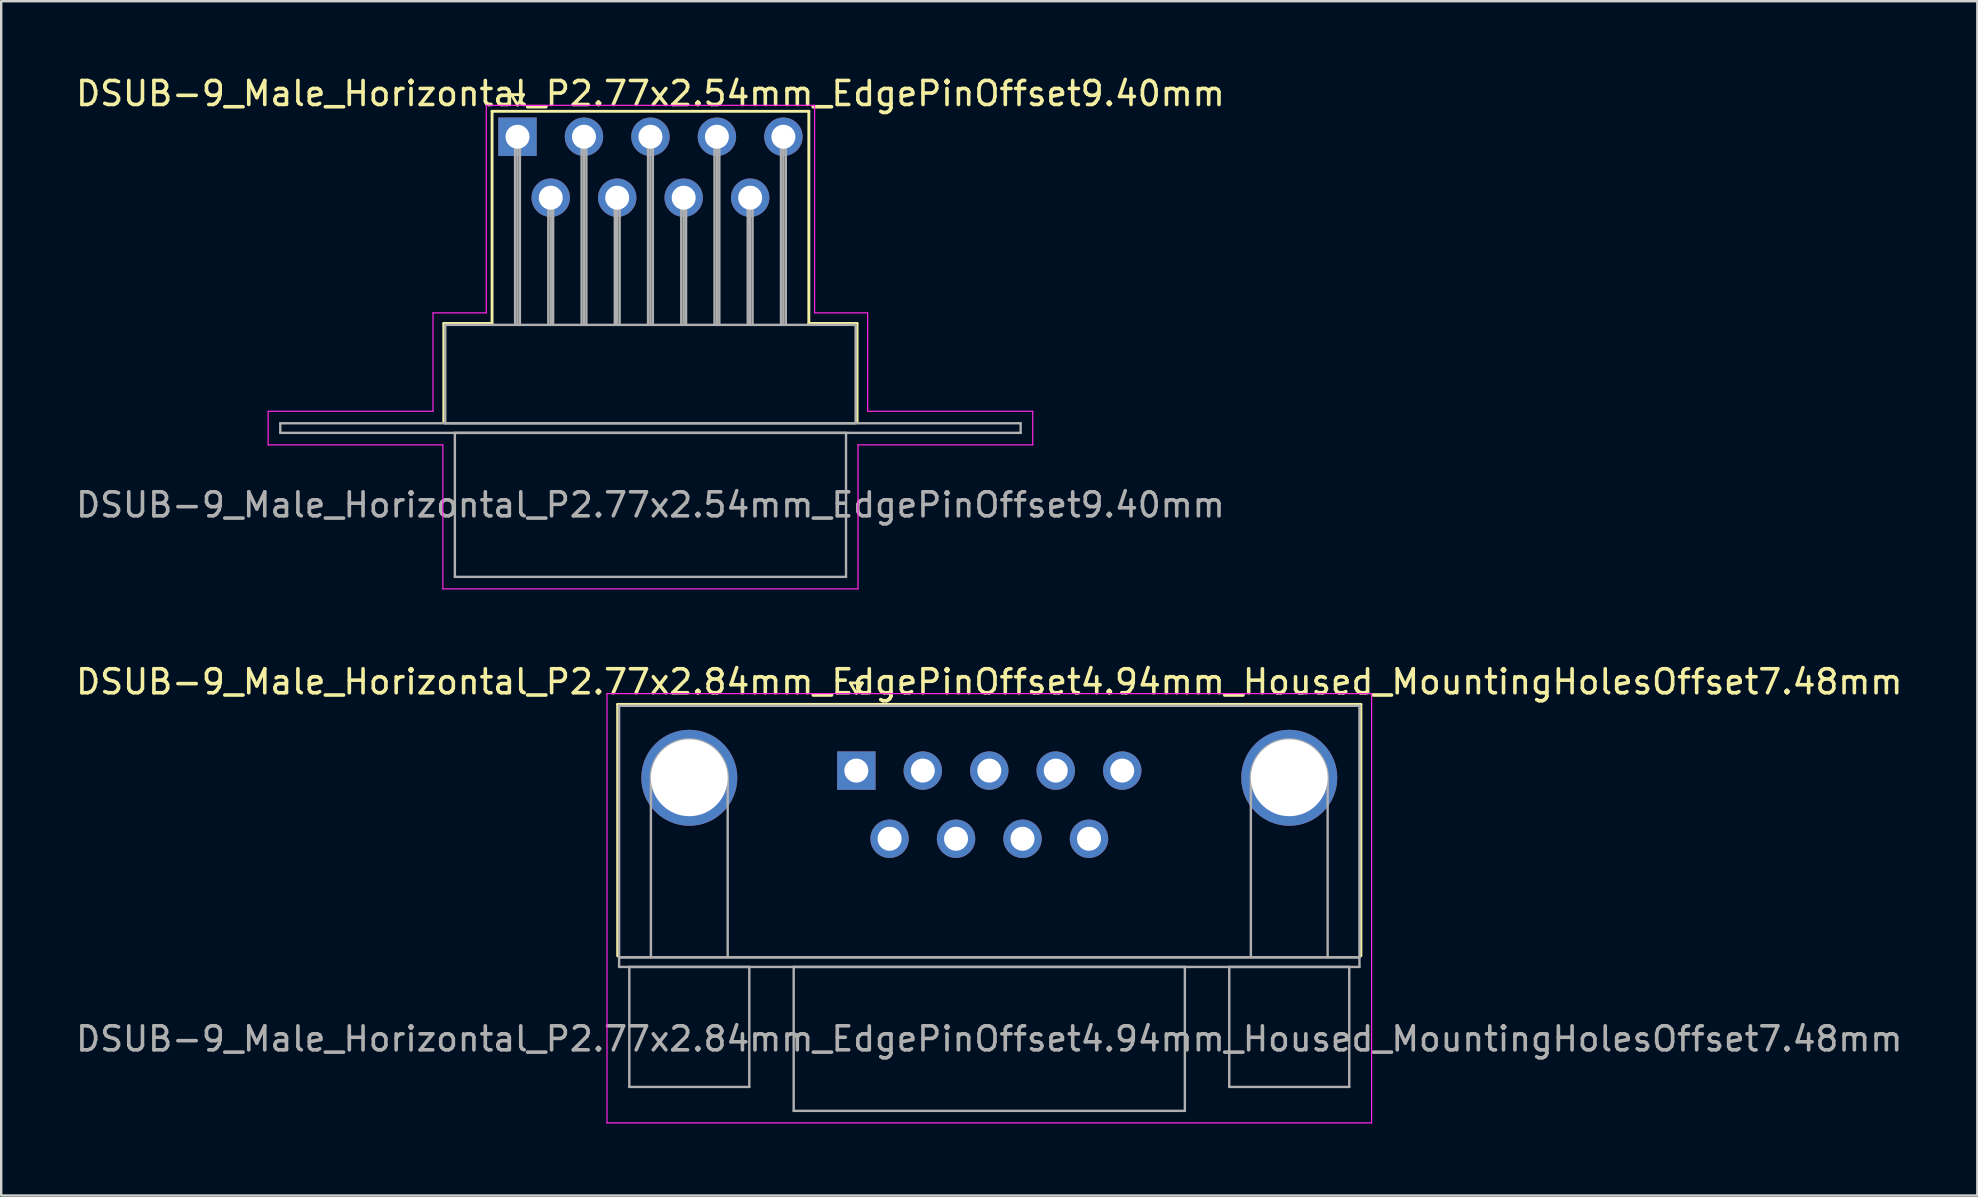
<source format=kicad_pcb>
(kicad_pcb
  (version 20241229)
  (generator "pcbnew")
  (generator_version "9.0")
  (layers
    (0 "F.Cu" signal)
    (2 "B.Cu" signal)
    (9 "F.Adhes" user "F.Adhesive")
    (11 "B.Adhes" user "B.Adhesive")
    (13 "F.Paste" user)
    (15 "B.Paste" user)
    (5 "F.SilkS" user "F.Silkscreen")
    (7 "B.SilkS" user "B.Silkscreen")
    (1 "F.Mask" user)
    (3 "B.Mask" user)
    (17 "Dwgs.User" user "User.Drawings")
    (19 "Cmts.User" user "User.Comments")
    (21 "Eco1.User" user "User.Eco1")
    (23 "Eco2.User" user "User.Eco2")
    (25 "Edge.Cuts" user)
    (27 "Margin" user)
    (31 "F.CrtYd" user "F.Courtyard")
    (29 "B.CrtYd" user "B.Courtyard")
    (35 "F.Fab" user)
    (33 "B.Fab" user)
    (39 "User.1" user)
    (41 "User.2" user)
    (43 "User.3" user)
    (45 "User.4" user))
  (footprint "DSUB-9_Male_Horizontal_P2.77x2.54mm_EdgePinOffset9.40mm"
    (layer "F.Cu")
    (at 18.514 2.648)
    (property "Reference" "DSUB-9_Male_Horizontal_P2.77x2.54mm_EdgePinOffset9.40mm" (at 5.54 -1.8 0) (layer "F.SilkS") (effects (font (size 1 1) (thickness 0.15))))
    (attr through_hole)
    (fp_line (start -3.07 7.78) (end -1.06 7.78) (stroke (width 0.12) (type solid)) (layer "F.SilkS"))
    (fp_line (start -3.07 11.88) (end -3.07 7.78) (stroke (width 0.12) (type solid)) (layer "F.SilkS"))
    (fp_line (start -1.06 -1.06) (end 12.14 -1.06) (stroke (width 0.12) (type solid)) (layer "F.SilkS"))
    (fp_line (start -1.06 7.78) (end -1.06 -1.06) (stroke (width 0.12) (type solid)) (layer "F.SilkS"))
    (fp_line (start -0.25 -1.754) (end 0.25 -1.754) (stroke (width 0.12) (type solid)) (layer "F.SilkS"))
    (fp_line (start 0 -1.321) (end -0.25 -1.754) (stroke (width 0.12) (type solid)) (layer "F.SilkS"))
    (fp_line (start 0.25 -1.754) (end 0 -1.321) (stroke (width 0.12) (type solid)) (layer "F.SilkS"))
    (fp_line (start 12.14 -1.06) (end 12.14 7.78) (stroke (width 0.12) (type solid)) (layer "F.SilkS"))
    (fp_line (start 12.14 7.78) (end 14.15 7.78) (stroke (width 0.12) (type solid)) (layer "F.SilkS"))
    (fp_line (start 14.15 7.78) (end 14.15 11.88) (stroke (width 0.12) (type solid)) (layer "F.SilkS"))
    (fp_line (start -10.39 11.44) (end -3.52 11.44) (stroke (width 0.05) (type solid)) (layer "F.CrtYd"))
    (fp_line (start -10.39 12.84) (end -10.39 11.44) (stroke (width 0.05) (type solid)) (layer "F.CrtYd"))
    (fp_line (start -3.52 7.34) (end -1.3 7.34) (stroke (width 0.05) (type solid)) (layer "F.CrtYd"))
    (fp_line (start -3.52 11.44) (end -3.52 7.34) (stroke (width 0.05) (type solid)) (layer "F.CrtYd"))
    (fp_line (start -3.11 12.84) (end -10.39 12.84) (stroke (width 0.05) (type solid)) (layer "F.CrtYd"))
    (fp_line (start -3.11 18.84) (end -3.11 12.84) (stroke (width 0.05) (type solid)) (layer "F.CrtYd"))
    (fp_line (start -1.3 -1.31) (end 12.38 -1.31) (stroke (width 0.05) (type solid)) (layer "F.CrtYd"))
    (fp_line (start -1.3 7.34) (end -1.3 -1.31) (stroke (width 0.05) (type solid)) (layer "F.CrtYd"))
    (fp_line (start 12.38 -1.31) (end 12.38 7.34) (stroke (width 0.05) (type solid)) (layer "F.CrtYd"))
    (fp_line (start 12.38 7.34) (end 14.59 7.34) (stroke (width 0.05) (type solid)) (layer "F.CrtYd"))
    (fp_line (start 14.19 12.84) (end 14.19 18.84) (stroke (width 0.05) (type solid)) (layer "F.CrtYd"))
    (fp_line (start 14.19 18.84) (end -3.11 18.84) (stroke (width 0.05) (type solid)) (layer "F.CrtYd"))
    (fp_line (start 14.59 7.34) (end 14.59 11.44) (stroke (width 0.05) (type solid)) (layer "F.CrtYd"))
    (fp_line (start 14.59 11.44) (end 21.47 11.44) (stroke (width 0.05) (type solid)) (layer "F.CrtYd"))
    (fp_line (start 21.47 11.44) (end 21.47 12.84) (stroke (width 0.05) (type solid)) (layer "F.CrtYd"))
    (fp_line (start 21.47 12.84) (end 14.19 12.84) (stroke (width 0.05) (type solid)) (layer "F.CrtYd"))
    (fp_line (start -9.885 11.94) (end -9.885 12.34) (stroke (width 0.1) (type solid)) (layer "F.Fab"))
    (fp_line (start -9.885 12.34) (end 20.965 12.34) (stroke (width 0.1) (type solid)) (layer "F.Fab"))
    (fp_line (start -3.01 7.84) (end -3.01 11.94) (stroke (width 0.1) (type solid)) (layer "F.Fab"))
    (fp_line (start -3.01 11.94) (end 14.09 11.94) (stroke (width 0.1) (type solid)) (layer "F.Fab"))
    (fp_line (start -2.61 12.34) (end -2.61 18.34) (stroke (width 0.1) (type solid)) (layer "F.Fab"))
    (fp_line (start -2.61 18.34) (end 13.69 18.34) (stroke (width 0.1) (type solid)) (layer "F.Fab"))
    (fp_line (start -0.1 0) (end -0.1 7.84) (stroke (width 0.1) (type solid)) (layer "F.Fab"))
    (fp_line (start 0 0) (end 0 7.84) (stroke (width 0.1) (type solid)) (layer "F.Fab"))
    (fp_line (start 0.1 0) (end 0.1 7.84) (stroke (width 0.1) (type solid)) (layer "F.Fab"))
    (fp_line (start 1.285 2.54) (end 1.285 7.84) (stroke (width 0.1) (type solid)) (layer "F.Fab"))
    (fp_line (start 1.385 2.54) (end 1.385 7.84) (stroke (width 0.1) (type solid)) (layer "F.Fab"))
    (fp_line (start 1.485 2.54) (end 1.485 7.84) (stroke (width 0.1) (type solid)) (layer "F.Fab"))
    (fp_line (start 2.67 0) (end 2.67 7.84) (stroke (width 0.1) (type solid)) (layer "F.Fab"))
    (fp_line (start 2.77 0) (end 2.77 7.84) (stroke (width 0.1) (type solid)) (layer "F.Fab"))
    (fp_line (start 2.87 0) (end 2.87 7.84) (stroke (width 0.1) (type solid)) (layer "F.Fab"))
    (fp_line (start 4.055 2.54) (end 4.055 7.84) (stroke (width 0.1) (type solid)) (layer "F.Fab"))
    (fp_line (start 4.155 2.54) (end 4.155 7.84) (stroke (width 0.1) (type solid)) (layer "F.Fab"))
    (fp_line (start 4.255 2.54) (end 4.255 7.84) (stroke (width 0.1) (type solid)) (layer "F.Fab"))
    (fp_line (start 5.44 0) (end 5.44 7.84) (stroke (width 0.1) (type solid)) (layer "F.Fab"))
    (fp_line (start 5.54 0) (end 5.54 7.84) (stroke (width 0.1) (type solid)) (layer "F.Fab"))
    (fp_line (start 5.64 0) (end 5.64 7.84) (stroke (width 0.1) (type solid)) (layer "F.Fab"))
    (fp_line (start 6.825 2.54) (end 6.825 7.84) (stroke (width 0.1) (type solid)) (layer "F.Fab"))
    (fp_line (start 6.925 2.54) (end 6.925 7.84) (stroke (width 0.1) (type solid)) (layer "F.Fab"))
    (fp_line (start 7.025 2.54) (end 7.025 7.84) (stroke (width 0.1) (type solid)) (layer "F.Fab"))
    (fp_line (start 8.21 0) (end 8.21 7.84) (stroke (width 0.1) (type solid)) (layer "F.Fab"))
    (fp_line (start 8.31 0) (end 8.31 7.84) (stroke (width 0.1) (type solid)) (layer "F.Fab"))
    (fp_line (start 8.41 0) (end 8.41 7.84) (stroke (width 0.1) (type solid)) (layer "F.Fab"))
    (fp_line (start 9.595 2.54) (end 9.595 7.84) (stroke (width 0.1) (type solid)) (layer "F.Fab"))
    (fp_line (start 9.695 2.54) (end 9.695 7.84) (stroke (width 0.1) (type solid)) (layer "F.Fab"))
    (fp_line (start 9.795 2.54) (end 9.795 7.84) (stroke (width 0.1) (type solid)) (layer "F.Fab"))
    (fp_line (start 10.98 0) (end 10.98 7.84) (stroke (width 0.1) (type solid)) (layer "F.Fab"))
    (fp_line (start 11.08 0) (end 11.08 7.84) (stroke (width 0.1) (type solid)) (layer "F.Fab"))
    (fp_line (start 11.18 0) (end 11.18 7.84) (stroke (width 0.1) (type solid)) (layer "F.Fab"))
    (fp_line (start 13.69 12.34) (end -2.61 12.34) (stroke (width 0.1) (type solid)) (layer "F.Fab"))
    (fp_line (start 13.69 18.34) (end 13.69 12.34) (stroke (width 0.1) (type solid)) (layer "F.Fab"))
    (fp_line (start 14.09 7.84) (end -3.01 7.84) (stroke (width 0.1) (type solid)) (layer "F.Fab"))
    (fp_line (start 14.09 11.94) (end 14.09 7.84) (stroke (width 0.1) (type solid)) (layer "F.Fab"))
    (fp_line (start 20.965 11.94) (end -9.885 11.94) (stroke (width 0.1) (type solid)) (layer "F.Fab"))
    (fp_line (start 20.965 12.34) (end 20.965 11.94) (stroke (width 0.1) (type solid)) (layer "F.Fab"))
    (fp_text user "${REFERENCE}" (at 5.54 15.34 0) (layer "F.Fab") (effects (font (size 1 1) (thickness 0.15))))
    (pad "1" thru_hole rect (at 0 0) (size 1.6 1.6) (drill 1) (layers "*.Cu" "*.Mask"))
    (pad "2" thru_hole circle (at 2.77 0) (size 1.6 1.6) (drill 1) (layers "*.Cu" "*.Mask"))
    (pad "3" thru_hole circle (at 5.54 0) (size 1.6 1.6) (drill 1) (layers "*.Cu" "*.Mask"))
    (pad "4" thru_hole circle (at 8.31 0) (size 1.6 1.6) (drill 1) (layers "*.Cu" "*.Mask"))
    (pad "5" thru_hole circle (at 11.08 0) (size 1.6 1.6) (drill 1) (layers "*.Cu" "*.Mask"))
    (pad "6" thru_hole circle (at 1.385 2.54) (size 1.6 1.6) (drill 1) (layers "*.Cu" "*.Mask"))
    (pad "7" thru_hole circle (at 4.155 2.54) (size 1.6 1.6) (drill 1) (layers "*.Cu" "*.Mask"))
    (pad "8" thru_hole circle (at 6.925 2.54) (size 1.6 1.6) (drill 1) (layers "*.Cu" "*.Mask"))
    (pad "9" thru_hole circle (at 9.695 2.54) (size 1.6 1.6) (drill 1) (layers "*.Cu" "*.Mask")))
  (footprint "DSUB-9_Male_Horizontal_P2.77x2.84mm_EdgePinOffset4.94mm_Housed_MountingHolesOffset7.48mm"
    (layer "F.Cu")
    (at 32.633 29.061)
    (property "Reference" "DSUB-9_Male_Horizontal_P2.77x2.84mm_EdgePinOffset4.94mm_Housed_MountingHolesOffset7.48mm" (at 5.54 -3.7 0) (layer "F.SilkS") (effects (font (size 1 1) (thickness 0.15))))
    (attr through_hole)
    (fp_line (start -9.945 -2.76) (end 21.025 -2.76) (stroke (width 0.12) (type solid)) (layer "F.SilkS"))
    (fp_line (start -9.945 7.72) (end -9.945 -2.76) (stroke (width 0.12) (type solid)) (layer "F.SilkS"))
    (fp_line (start -0.25 -3.654) (end 0.25 -3.654) (stroke (width 0.12) (type solid)) (layer "F.SilkS"))
    (fp_line (start 0 -3.221) (end -0.25 -3.654) (stroke (width 0.12) (type solid)) (layer "F.SilkS"))
    (fp_line (start 0.25 -3.654) (end 0 -3.221) (stroke (width 0.12) (type solid)) (layer "F.SilkS"))
    (fp_line (start 21.025 -2.76) (end 21.025 7.72) (stroke (width 0.12) (type solid)) (layer "F.SilkS"))
    (fp_line (start -10.39 -3.21) (end -10.39 14.68) (stroke (width 0.05) (type solid)) (layer "F.CrtYd"))
    (fp_line (start -10.39 14.68) (end 21.47 14.68) (stroke (width 0.05) (type solid)) (layer "F.CrtYd"))
    (fp_line (start 21.47 -3.21) (end -10.39 -3.21) (stroke (width 0.05) (type solid)) (layer "F.CrtYd"))
    (fp_line (start 21.47 14.68) (end 21.47 -3.21) (stroke (width 0.05) (type solid)) (layer "F.CrtYd"))
    (fp_line (start -9.885 -2.7) (end -9.885 7.78) (stroke (width 0.1) (type solid)) (layer "F.Fab"))
    (fp_line (start -9.885 7.78) (end -9.885 8.18) (stroke (width 0.1) (type solid)) (layer "F.Fab"))
    (fp_line (start -9.885 7.78) (end 20.965 7.78) (stroke (width 0.1) (type solid)) (layer "F.Fab"))
    (fp_line (start -9.885 8.18) (end 20.965 8.18) (stroke (width 0.1) (type solid)) (layer "F.Fab"))
    (fp_line (start -9.46 8.18) (end -9.46 13.18) (stroke (width 0.1) (type solid)) (layer "F.Fab"))
    (fp_line (start -9.46 13.18) (end -4.46 13.18) (stroke (width 0.1) (type solid)) (layer "F.Fab"))
    (fp_line (start -8.56 7.78) (end -8.56 0.3) (stroke (width 0.1) (type solid)) (layer "F.Fab"))
    (fp_line (start -5.36 7.78) (end -5.36 0.3) (stroke (width 0.1) (type solid)) (layer "F.Fab"))
    (fp_line (start -4.46 8.18) (end -9.46 8.18) (stroke (width 0.1) (type solid)) (layer "F.Fab"))
    (fp_line (start -4.46 13.18) (end -4.46 8.18) (stroke (width 0.1) (type solid)) (layer "F.Fab"))
    (fp_line (start -2.61 8.18) (end -2.61 14.18) (stroke (width 0.1) (type solid)) (layer "F.Fab"))
    (fp_line (start -2.61 14.18) (end 13.69 14.18) (stroke (width 0.1) (type solid)) (layer "F.Fab"))
    (fp_line (start 13.69 8.18) (end -2.61 8.18) (stroke (width 0.1) (type solid)) (layer "F.Fab"))
    (fp_line (start 13.69 14.18) (end 13.69 8.18) (stroke (width 0.1) (type solid)) (layer "F.Fab"))
    (fp_line (start 15.54 8.18) (end 15.54 13.18) (stroke (width 0.1) (type solid)) (layer "F.Fab"))
    (fp_line (start 15.54 13.18) (end 20.54 13.18) (stroke (width 0.1) (type solid)) (layer "F.Fab"))
    (fp_line (start 16.44 7.78) (end 16.44 0.3) (stroke (width 0.1) (type solid)) (layer "F.Fab"))
    (fp_line (start 19.64 7.78) (end 19.64 0.3) (stroke (width 0.1) (type solid)) (layer "F.Fab"))
    (fp_line (start 20.54 8.18) (end 15.54 8.18) (stroke (width 0.1) (type solid)) (layer "F.Fab"))
    (fp_line (start 20.54 13.18) (end 20.54 8.18) (stroke (width 0.1) (type solid)) (layer "F.Fab"))
    (fp_line (start 20.965 -2.7) (end -9.885 -2.7) (stroke (width 0.1) (type solid)) (layer "F.Fab"))
    (fp_line (start 20.965 7.78) (end -9.885 7.78) (stroke (width 0.1) (type solid)) (layer "F.Fab"))
    (fp_line (start 20.965 7.78) (end 20.965 -2.7) (stroke (width 0.1) (type solid)) (layer "F.Fab"))
    (fp_line (start 20.965 8.18) (end 20.965 7.78) (stroke (width 0.1) (type solid)) (layer "F.Fab"))
    (fp_arc (start -8.56 0.3) (mid -6.96 -1.3) (end -5.36 0.3) (stroke (width 0.1) (type solid)) (layer "F.Fab"))
    (fp_arc (start 16.44 0.3) (mid 18.04 -1.3) (end 19.64 0.3) (stroke (width 0.1) (type solid)) (layer "F.Fab"))
    (fp_text user "${REFERENCE}" (at 5.54 11.18 0) (layer "F.Fab") (effects (font (size 1 1) (thickness 0.15))))
    (pad "0" thru_hole circle (at -6.96 0.3) (size 4 4) (drill 3.2) (layers "*.Cu" "*.Mask"))
    (pad "0" thru_hole circle (at 18.04 0.3) (size 4 4) (drill 3.2) (layers "*.Cu" "*.Mask"))
    (pad "1" thru_hole rect (at 0 0) (size 1.6 1.6) (drill 1) (layers "*.Cu" "*.Mask"))
    (pad "2" thru_hole circle (at 2.77 0) (size 1.6 1.6) (drill 1) (layers "*.Cu" "*.Mask"))
    (pad "3" thru_hole circle (at 5.54 0) (size 1.6 1.6) (drill 1) (layers "*.Cu" "*.Mask"))
    (pad "4" thru_hole circle (at 8.31 0) (size 1.6 1.6) (drill 1) (layers "*.Cu" "*.Mask"))
    (pad "5" thru_hole circle (at 11.08 0) (size 1.6 1.6) (drill 1) (layers "*.Cu" "*.Mask"))
    (pad "6" thru_hole circle (at 1.385 2.84) (size 1.6 1.6) (drill 1) (layers "*.Cu" "*.Mask"))
    (pad "7" thru_hole circle (at 4.155 2.84) (size 1.6 1.6) (drill 1) (layers "*.Cu" "*.Mask"))
    (pad "8" thru_hole circle (at 6.925 2.84) (size 1.6 1.6) (drill 1) (layers "*.Cu" "*.Mask"))
    (pad "9" thru_hole circle (at 9.695 2.84) (size 1.6 1.6) (drill 1) (layers "*.Cu" "*.Mask")))
  (gr_rect
    (start -3 -3)
    (end 79.345 46.767)
    (stroke (width 0.1) (type default))
    (fill no)
    (layer "Edge.Cuts")))
</source>
